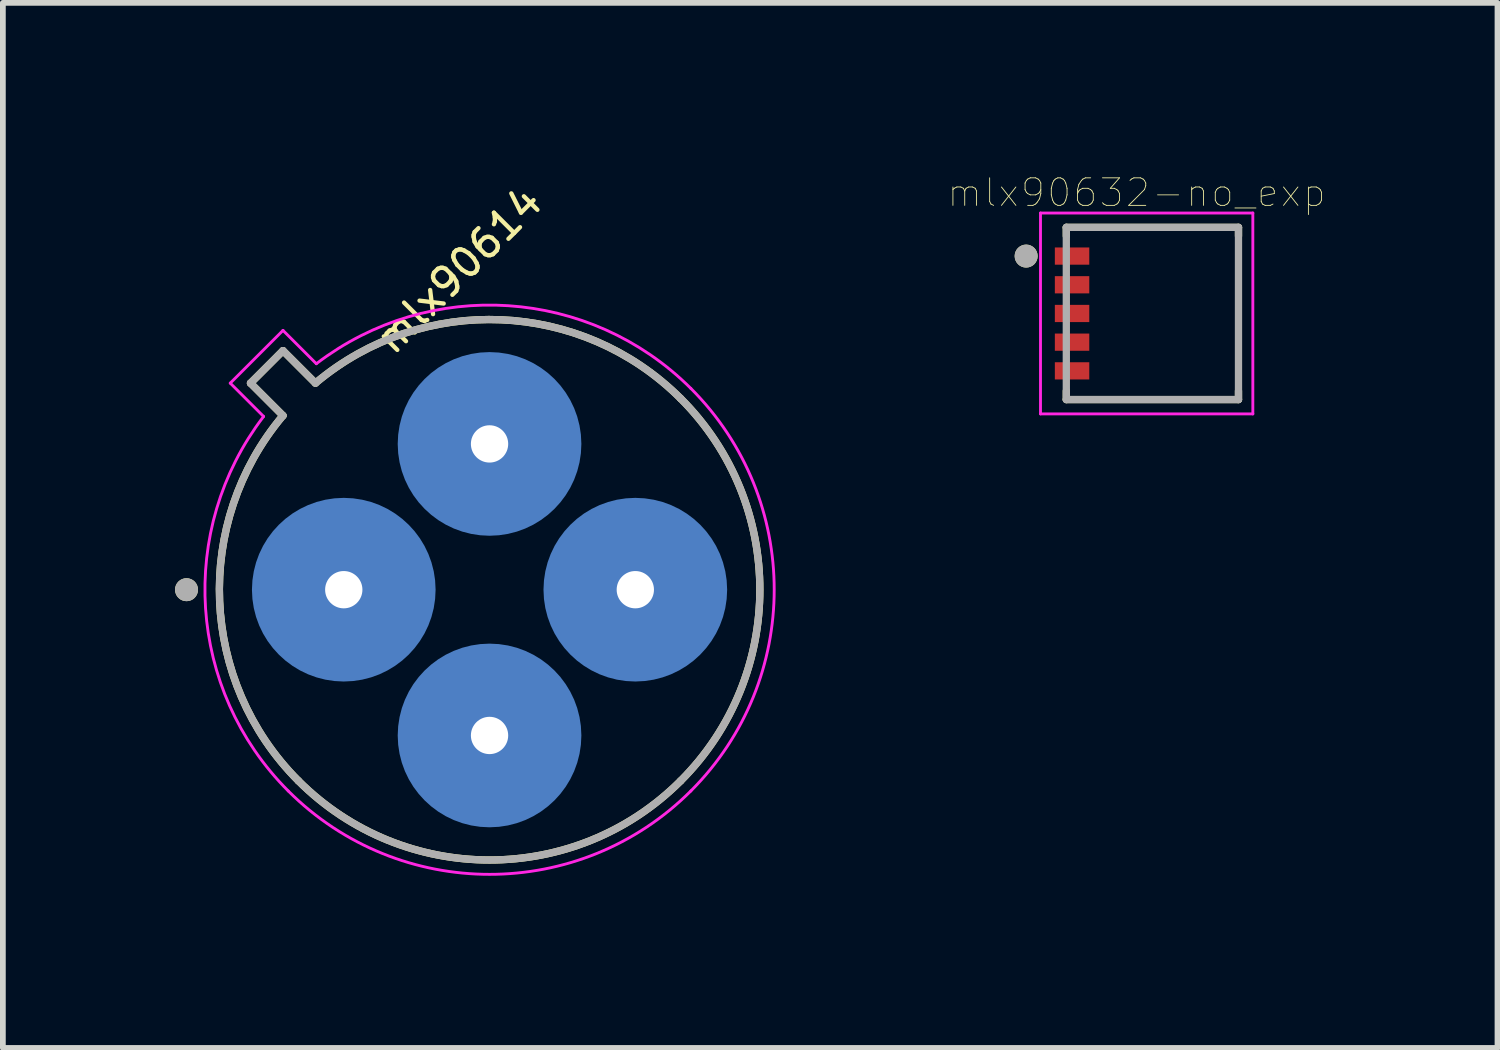
<source format=kicad_pcb>
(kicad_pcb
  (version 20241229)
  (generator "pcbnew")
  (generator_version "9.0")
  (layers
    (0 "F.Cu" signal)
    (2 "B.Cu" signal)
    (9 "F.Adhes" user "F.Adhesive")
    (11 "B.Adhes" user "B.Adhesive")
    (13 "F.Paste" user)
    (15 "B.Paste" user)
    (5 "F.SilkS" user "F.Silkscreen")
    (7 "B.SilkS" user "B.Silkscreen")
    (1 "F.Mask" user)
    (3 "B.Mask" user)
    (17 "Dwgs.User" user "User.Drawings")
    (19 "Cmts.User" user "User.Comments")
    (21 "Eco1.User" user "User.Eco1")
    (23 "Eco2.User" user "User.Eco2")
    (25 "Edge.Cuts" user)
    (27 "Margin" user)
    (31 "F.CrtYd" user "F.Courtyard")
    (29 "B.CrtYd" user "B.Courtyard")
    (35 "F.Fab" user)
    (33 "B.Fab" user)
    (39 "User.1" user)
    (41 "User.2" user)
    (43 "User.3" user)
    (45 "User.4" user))
  (footprint "mlx90614"
    (layer "F.Cu")
    (at 5.48 7.225)
    (property "Reference" "mlx90614" (at -0.539 -5.568 45) (layer "F.SilkS") (effects (font (size 0.5 0.5) (thickness 0.075))))
    (attr through_hole)
    (fp_circle (center -2.54 0) (end -2.54 0) (stroke (width 1.6) (type solid)) (fill no) (layer "B.Cu"))
    (fp_circle (center 0 -2.54) (end 0.0001 -2.54) (stroke (width 1.6) (type solid)) (fill no) (layer "B.Cu"))
    (fp_circle (center 0 2.54) (end 0.0001 2.54) (stroke (width 1.6) (type solid)) (fill no) (layer "B.Cu"))
    (fp_circle (center 2.54 0) (end 2.54 0) (stroke (width 1.6) (type solid)) (fill no) (layer "B.Cu"))
    (fp_line (start -4.165 -3.599) (end -3.599 -3.033) (stroke (width 0.127) (type solid)) (layer "F.SilkS"))
    (fp_line (start -3.599 -4.165) (end -4.165 -3.599) (stroke (width 0.127) (type solid)) (layer "F.SilkS"))
    (fp_line (start -3.033 -3.599) (end -3.599 -4.165) (stroke (width 0.127) (type solid)) (layer "F.SilkS"))
    (fp_arc (start -3.33047 3.33047) (mid -4.703039 0.20077) (end -3.599169 -3.03349) (stroke (width 0.127) (type solid)) (layer "F.SilkS"))
    (fp_arc (start -3.03349 -3.59917) (mid 0.200776 -4.703171) (end 3.33047 -3.330471) (stroke (width 0.127) (type solid)) (layer "F.SilkS"))
    (fp_arc (start 3.33047 -3.33047) (mid 4.709996 0) (end 3.33047 3.33047) (stroke (width 0.127) (type solid)) (layer "F.SilkS"))
    (fp_arc (start 3.33047 3.33047) (mid 0 4.709996) (end -3.33047 3.33047) (stroke (width 0.127) (type solid)) (layer "F.SilkS"))
    (fp_circle (center -5.28 0) (end -5.18 0) (stroke (width 0.2) (type solid)) (fill no) (layer "F.SilkS"))
    (fp_line (start -4.518 -3.599) (end -3.937 -3.018) (stroke (width 0.05) (type solid)) (layer "F.CrtYd"))
    (fp_line (start -3.599 -4.518) (end -4.518 -3.599) (stroke (width 0.05) (type solid)) (layer "F.CrtYd"))
    (fp_line (start -3.018 -3.937) (end -3.599 -4.518) (stroke (width 0.05) (type solid)) (layer "F.CrtYd"))
    (fp_arc (start -3.50725 3.50725) (mid -4.948366 0.325447) (end -3.937169 -3.01793) (stroke (width 0.05) (type solid)) (layer "F.CrtYd"))
    (fp_arc (start -3.01793 -3.93717) (mid 0.325445 -4.948339) (end 3.507249 -3.50725) (stroke (width 0.05) (type solid)) (layer "F.CrtYd"))
    (fp_arc (start 3.50725 -3.50725) (mid 4.960001 0) (end 3.50725 3.50725) (stroke (width 0.05) (type solid)) (layer "F.CrtYd"))
    (fp_arc (start 3.50725 3.50725) (mid 0 4.960001) (end -3.50725 3.50725) (stroke (width 0.05) (type solid)) (layer "F.CrtYd"))
    (fp_line (start -4.165 -3.599) (end -3.599 -3.033) (stroke (width 0.127) (type solid)) (layer "F.Fab"))
    (fp_line (start -3.599 -4.165) (end -4.165 -3.599) (stroke (width 0.127) (type solid)) (layer "F.Fab"))
    (fp_line (start -3.033 -3.599) (end -3.599 -4.165) (stroke (width 0.127) (type solid)) (layer "F.Fab"))
    (fp_arc (start -3.33047 3.33047) (mid -4.703039 0.20077) (end -3.599169 -3.03349) (stroke (width 0.127) (type solid)) (layer "F.Fab"))
    (fp_arc (start -3.03349 -3.59917) (mid 0.200776 -4.703171) (end 3.33047 -3.330471) (stroke (width 0.127) (type solid)) (layer "F.Fab"))
    (fp_arc (start 3.33047 -3.33047) (mid 4.709996 0) (end 3.33047 3.33047) (stroke (width 0.127) (type solid)) (layer "F.Fab"))
    (fp_arc (start 3.33047 3.33047) (mid 0 4.709996) (end -3.33047 3.33047) (stroke (width 0.127) (type solid)) (layer "F.Fab"))
    (fp_circle (center -5.28 0) (end -5.18 0) (stroke (width 0.2) (type solid)) (fill no) (layer "F.Fab"))
    (pad "1" thru_hole circle (at -2.54 0) (size 0.7 0.7) (drill 0.65) (layers "*.Cu" "*.Mask"))
    (pad "2" thru_hole circle (at 0 2.54) (size 0.7 0.7) (drill 0.65) (layers "*.Cu" "*.Mask"))
    (pad "3" thru_hole circle (at 2.54 0) (size 0.7 0.7) (drill 0.65) (layers "*.Cu" "*.Mask"))
    (pad "4" thru_hole circle (at 0 -2.54) (size 0.7 0.7) (drill 0.65) (layers "*.Cu" "*.Mask")))
  (footprint "mlx90632-no_exp"
    (layer "F.Cu")
    (at 17.03 2.412)
    (property "Reference" "mlx90632-no_exp" (at -0.276 -2.105 0) (layer "F.SilkS") (effects (font (size 0.48 0.48) (thickness 0.015))))
    (attr through_hole)
    (fp_line (start -1.5 -1.5) (end 1.5 -1.5) (stroke (width 0.127) (type solid)) (layer "F.SilkS"))
    (fp_line (start -1.5 -1.35) (end -1.5 -1.5) (stroke (width 0.127) (type solid)) (layer "F.SilkS"))
    (fp_line (start -1.5 1.5) (end -1.5 1.35) (stroke (width 0.127) (type solid)) (layer "F.SilkS"))
    (fp_line (start 1.5 -1.5) (end 1.5 -1.35) (stroke (width 0.127) (type solid)) (layer "F.SilkS"))
    (fp_line (start 1.5 1.35) (end 1.5 1.5) (stroke (width 0.127) (type solid)) (layer "F.SilkS"))
    (fp_line (start 1.5 1.5) (end -1.5 1.5) (stroke (width 0.127) (type solid)) (layer "F.SilkS"))
    (fp_circle (center -2.2 -1) (end -2.1 -1) (stroke (width 0.2) (type solid)) (fill no) (layer "F.SilkS"))
    (fp_line (start -1.95 -1.75) (end 1.75 -1.75) (stroke (width 0.05) (type solid)) (layer "F.CrtYd"))
    (fp_line (start -1.95 1.75) (end -1.95 -1.75) (stroke (width 0.05) (type solid)) (layer "F.CrtYd"))
    (fp_line (start 1.75 -1.75) (end 1.75 1.75) (stroke (width 0.05) (type solid)) (layer "F.CrtYd"))
    (fp_line (start 1.75 1.75) (end -1.95 1.75) (stroke (width 0.05) (type solid)) (layer "F.CrtYd"))
    (fp_line (start -1.5 -1.5) (end 1.5 -1.5) (stroke (width 0.127) (type solid)) (layer "F.Fab"))
    (fp_line (start -1.5 1.5) (end -1.5 -1.5) (stroke (width 0.127) (type solid)) (layer "F.Fab"))
    (fp_line (start 1.5 -1.5) (end 1.5 1.5) (stroke (width 0.127) (type solid)) (layer "F.Fab"))
    (fp_line (start 1.5 1.5) (end -1.5 1.5) (stroke (width 0.127) (type solid)) (layer "F.Fab"))
    (fp_circle (center -2.2 -1) (end -2.1 -1) (stroke (width 0.2) (type solid)) (fill no) (layer "F.Fab"))
    (pad "1" smd rect (at -1.4 -1) (size 0.6 0.3) (layers "F.Cu" "F.Mask" "F.Paste"))
    (pad "2" smd rect (at -1.4 -0.5) (size 0.6 0.3) (layers "F.Cu" "F.Mask" "F.Paste"))
    (pad "3" smd rect (at -1.4 0) (size 0.6 0.3) (layers "F.Cu" "F.Mask" "F.Paste"))
    (pad "4" smd rect (at -1.4 0.5) (size 0.6 0.3) (layers "F.Cu" "F.Mask" "F.Paste"))
    (pad "5" smd rect (at -1.4 1) (size 0.6 0.3) (layers "F.Cu" "F.Mask" "F.Paste")))
  (gr_rect
    (start -3 -3)
    (end 23.043 15.21)
    (stroke (width 0.1) (type default))
    (fill no)
    (layer "Edge.Cuts")))
</source>
